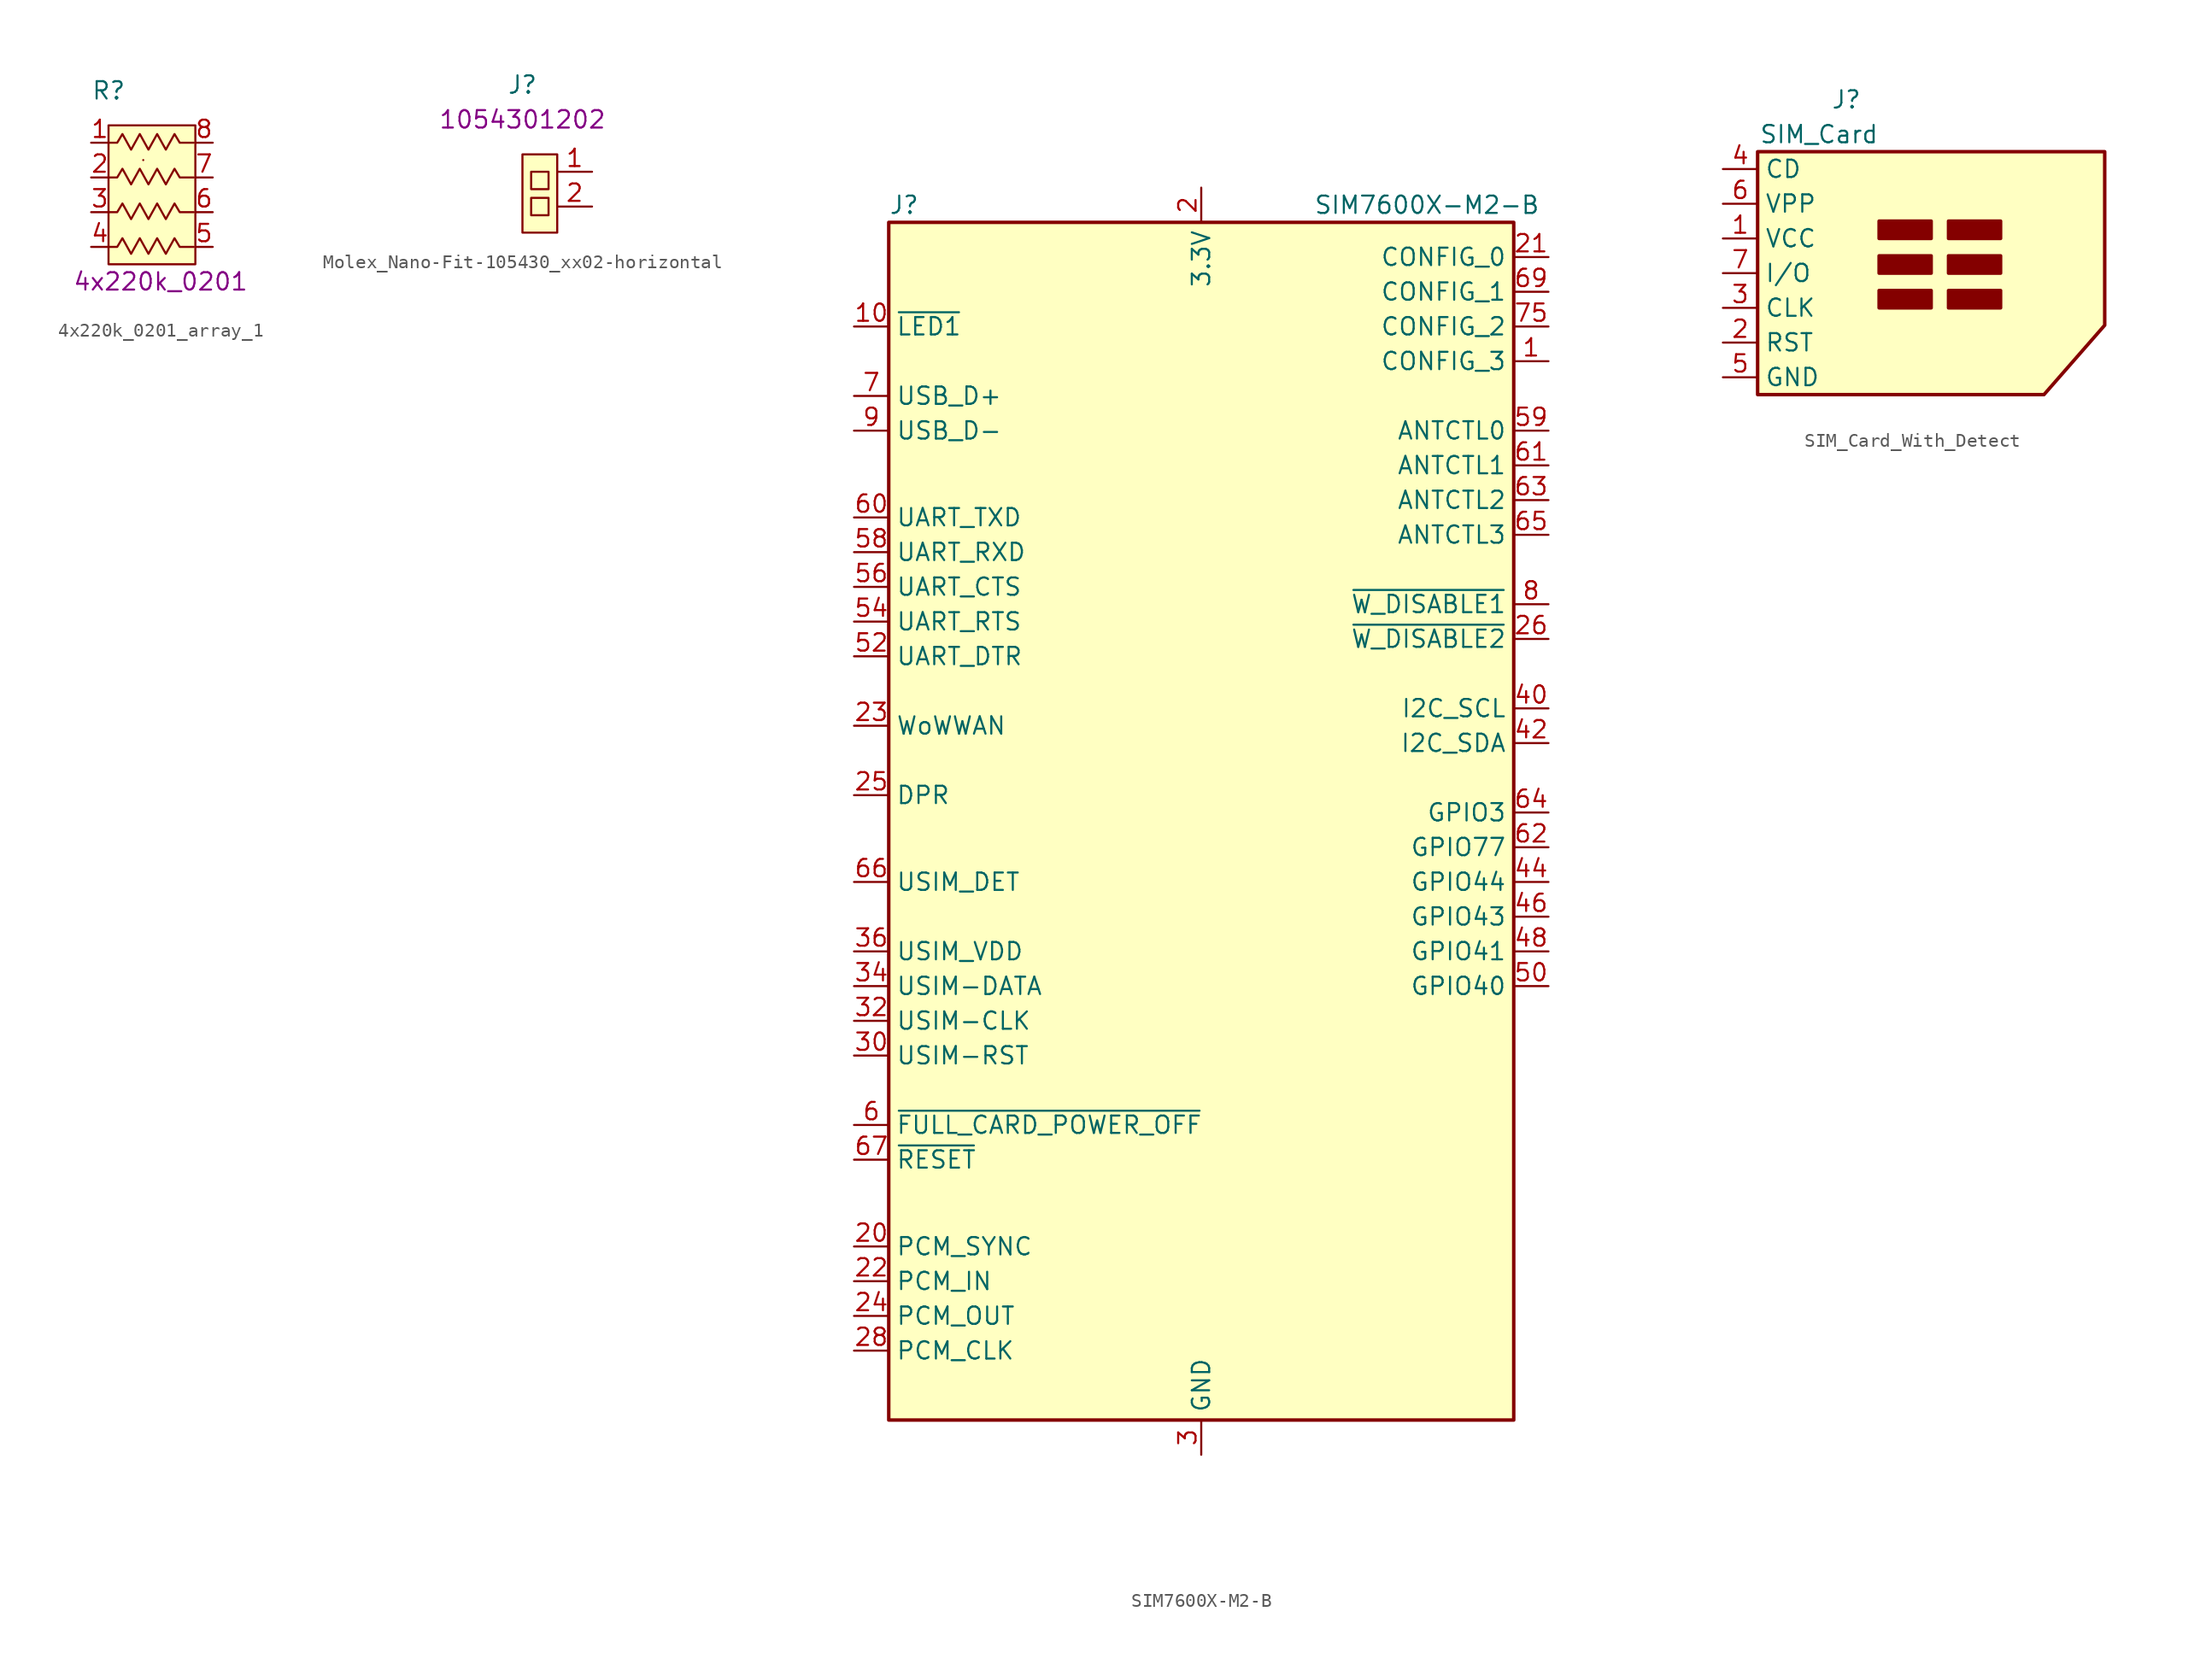
<source format=kicad_sym>
(kicad_symbol_lib
  (version 20220914)
  (generator kicad_symbol_editor)
  (symbol "4x220k_0201_array_1"
    (pin_names
      (offset 1.016))
    (property "Reference" "R"
      (at -5.08 13.97 0)
      (effects (font (size 1.27 1.27)) (justify left)))
    (property "Val" "4x220k_0201"
      (at 0 0 0)
      (effects (font (size 1.27 1.27))))
    (symbol "4x220k_0201_array_1_0_1"
      (rectangle (start -3.81 11.43) (end 2.54 1.27) (stroke (width 0) (type default)) (fill (type background)))
      (rectangle (start -1.27 8.89) (end -1.27 8.89) (stroke (width 0) (type default)) (fill (type none)))
      (polyline (pts (xy -3.81 7.62) (xy -3.175 7.62) (xy -2.794 8.255) (xy -2.159 7.112) (xy -1.524 8.255) (xy -0.889 7.112) (xy -0.254 8.255) (xy 0.381 7.112) (xy 1.016 8.255) (xy 1.397 7.62) (xy 2.413 7.62)) (stroke (width 0) (type default)) (fill (type none))))
    (symbol "4x220k_0201_array_1_1_1"
      (polyline (pts (xy -3.81 2.54) (xy -3.175 2.54) (xy -2.794 3.175) (xy -2.159 2.032) (xy -1.524 3.175) (xy -0.889 2.032) (xy -0.254 3.175) (xy 0.381 2.032) (xy 1.016 3.175) (xy 1.397 2.54) (xy 2.413 2.54)) (stroke (width 0) (type default)) (fill (type none)))
      (polyline (pts (xy -3.81 5.08) (xy -3.175 5.08) (xy -2.794 5.715) (xy -2.159 4.572) (xy -1.524 5.715) (xy -0.889 4.572) (xy -0.254 5.715) (xy 0.381 4.572) (xy 1.016 5.715) (xy 1.397 5.08) (xy 2.413 5.08)) (stroke (width 0) (type default)) (fill (type none)))
      (polyline (pts (xy -3.81 10.16) (xy -3.175 10.16) (xy -2.794 10.795) (xy -2.159 9.652) (xy -1.524 10.795) (xy -0.889 9.652) (xy -0.254 10.795) (xy 0.381 9.652) (xy 1.016 10.795) (xy 1.397 10.16) (xy 2.413 10.16)) (stroke (width 0) (type default)) (fill (type none)))
      (pin passive line (at -5.08 10.16 0) (length 1.27) (name "~" (effects (font (size 1.27 1.27)))) (number "1" (effects (font (size 1.27 1.27)))))
      (pin passive line (at -5.08 7.62 0) (length 1.27) (name "~" (effects (font (size 1.27 1.27)))) (number "2" (effects (font (size 1.27 1.27)))))
      (pin passive line (at -5.08 5.08 0) (length 1.27) (name "~" (effects (font (size 1.27 1.27)))) (number "3" (effects (font (size 1.27 1.27)))))
      (pin passive line (at -5.08 2.54 0) (length 1.27) (name "~" (effects (font (size 1.27 1.27)))) (number "4" (effects (font (size 1.27 1.27)))))
      (pin passive line (at 3.81 2.54 180) (length 1.27) (name "~" (effects (font (size 1.27 1.27)))) (number "5" (effects (font (size 1.27 1.27)))))
      (pin passive line (at 3.81 5.08 180) (length 1.27) (name "~" (effects (font (size 1.27 1.27)))) (number "6" (effects (font (size 1.27 1.27)))))
      (pin passive line (at 3.81 7.62 180) (length 1.27) (name "~" (effects (font (size 1.27 1.27)))) (number "7" (effects (font (size 1.27 1.27)))))
      (pin passive line (at 3.81 10.16 180) (length 1.27) (name "~" (effects (font (size 1.27 1.27)))) (number "8" (effects (font (size 1.27 1.27)))))))
  (symbol "Molex_Nano-Fit-105430_xx02-horizontal"
    (pin_names
      (offset 1.016))
    (property "Reference" "J"
      (at 0 5.08 0)
      (effects (font (size 1.27 1.27))))
    (property "VAL" "1054301202"
      (at 0 2.54 0)
      (effects (font (size 1.27 1.27))))
    (symbol "Molex_Nano-Fit-105430_xx02-horizontal_1_1"
      (rectangle (start 0 0) (end 2.54 -5.715) (stroke (width 0) (type default)) (fill (type background)))
      (rectangle (start 0.635 -3.175) (end 1.905 -4.445) (stroke (width 0) (type default)) (fill (type none)))
      (rectangle (start 0.635 -1.27) (end 1.905 -2.54) (stroke (width 0) (type default)) (fill (type none)))
      (pin input line (at 5.08 -1.27 180) (length 2.54) (name "~" (effects (font (size 1.27 1.27)))) (number "1" (effects (font (size 1.27 1.27)))))
      (pin input line (at 5.08 -3.81 180) (length 2.54) (name "~" (effects (font (size 1.27 1.27)))) (number "2" (effects (font (size 1.27 1.27)))))))
  (symbol "SIM7600X-M2-B"
    (property "Reference" "J"
      (at -22.86 46.99 0)
      (effects (font (size 1.27 1.27)) (justify left)))
    (property "Value" "SIM7600X-M2-B"
      (at 16.51 46.99 0)
      (effects (font (size 1.27 1.27))))
    (symbol "SIM7600X-M2-B_0_1"
      (rectangle (start -22.86 45.72) (end 22.86 -41.91) (stroke (width 0.254) (type default)) (fill (type background))))
    (symbol "SIM7600X-M2-B_1_1"
      (pin input line (at 25.4 35.56 180) (length 2.54) (name "CONFIG_3" (effects (font (size 1.27 1.27)))) (number "1" (effects (font (size 1.27 1.27)))))
      (pin bidirectional line (at -25.4 38.1 0) (length 2.54) (name "~{LED1}" (effects (font (size 1.27 1.27)))) (number "10" (effects (font (size 1.27 1.27)))))
      (pin passive line (at 0 -44.45 90) (length 2.54) hide (name "GND" (effects (font (size 1.27 1.27)))) (number "11" (effects (font (size 1.27 1.27)))))
      (pin power_in line (at 0 48.26 270) (length 2.54) (name "3.3V" (effects (font (size 1.27 1.27)))) (number "2" (effects (font (size 1.27 1.27)))))
      (pin output line (at -25.4 -29.21 0) (length 2.54) (name "PCM_SYNC" (effects (font (size 1.27 1.27)))) (number "20" (effects (font (size 1.27 1.27)))))
      (pin input line (at 25.4 43.18 180) (length 2.54) (name "CONFIG_0" (effects (font (size 1.27 1.27)))) (number "21" (effects (font (size 1.27 1.27)))))
      (pin input line (at -25.4 -31.75 0) (length 2.54) (name "PCM_IN" (effects (font (size 1.27 1.27)))) (number "22" (effects (font (size 1.27 1.27)))))
      (pin bidirectional line (at -25.4 8.89 0) (length 2.54) (name "WoWWAN" (effects (font (size 1.27 1.27)))) (number "23" (effects (font (size 1.27 1.27)))))
      (pin output line (at -25.4 -34.29 0) (length 2.54) (name "PCM_OUT" (effects (font (size 1.27 1.27)))) (number "24" (effects (font (size 1.27 1.27)))))
      (pin output line (at -25.4 3.81 0) (length 2.54) (name "DPR" (effects (font (size 1.27 1.27)))) (number "25" (effects (font (size 1.27 1.27)))))
      (pin bidirectional line (at 25.4 15.24 180) (length 2.54) (name "~{W_DISABLE2}" (effects (font (size 1.27 1.27)))) (number "26" (effects (font (size 1.27 1.27)))))
      (pin passive line (at 0 -44.45 90) (length 2.54) hide (name "GND" (effects (font (size 1.27 1.27)))) (number "27" (effects (font (size 1.27 1.27)))))
      (pin output line (at -25.4 -36.83 0) (length 2.54) (name "PCM_CLK" (effects (font (size 1.27 1.27)))) (number "28" (effects (font (size 1.27 1.27)))))
      (pin no_connect line (at 22.86 -41.91 180) (length 2.54) hide (name "NC" (effects (font (size 1.27 1.27)))) (number "29" (effects (font (size 1.27 1.27)))))
      (pin power_in line (at 0 -44.45 90) (length 2.54) (name "GND" (effects (font (size 1.27 1.27)))) (number "3" (effects (font (size 1.27 1.27)))))
      (pin input line (at -25.4 -15.24 0) (length 2.54) (name "USIM-RST" (effects (font (size 1.27 1.27)))) (number "30" (effects (font (size 1.27 1.27)))))
      (pin no_connect line (at 22.86 -39.37 180) (length 2.54) hide (name "NC" (effects (font (size 1.27 1.27)))) (number "31" (effects (font (size 1.27 1.27)))))
      (pin input line (at -25.4 -12.7 0) (length 2.54) (name "USIM-CLK" (effects (font (size 1.27 1.27)))) (number "32" (effects (font (size 1.27 1.27)))))
      (pin passive line (at 0 -44.45 90) (length 2.54) hide (name "GND" (effects (font (size 1.27 1.27)))) (number "33" (effects (font (size 1.27 1.27)))))
      (pin bidirectional line (at -25.4 -10.16 0) (length 2.54) (name "USIM-DATA" (effects (font (size 1.27 1.27)))) (number "34" (effects (font (size 1.27 1.27)))))
      (pin no_connect line (at 22.86 -36.83 180) (length 2.54) hide (name "NC" (effects (font (size 1.27 1.27)))) (number "35" (effects (font (size 1.27 1.27)))))
      (pin input line (at -25.4 -7.62 0) (length 2.54) (name "USIM_VDD" (effects (font (size 1.27 1.27)))) (number "36" (effects (font (size 1.27 1.27)))))
      (pin no_connect line (at 22.86 -34.29 180) (length 2.54) hide (name "NC" (effects (font (size 1.27 1.27)))) (number "37" (effects (font (size 1.27 1.27)))))
      (pin no_connect line (at 22.86 -13.97 180) (length 2.54) hide (name "NC" (effects (font (size 1.27 1.27)))) (number "38" (effects (font (size 1.27 1.27)))))
      (pin passive line (at 0 -44.45 90) (length 2.54) hide (name "GND" (effects (font (size 1.27 1.27)))) (number "39" (effects (font (size 1.27 1.27)))))
      (pin passive line (at 0 48.26 270) (length 2.54) hide (name "3.3V" (effects (font (size 1.27 1.27)))) (number "4" (effects (font (size 1.27 1.27)))))
      (pin bidirectional line (at 25.4 10.16 180) (length 2.54) (name "I2C_SCL" (effects (font (size 1.27 1.27)))) (number "40" (effects (font (size 1.27 1.27)))))
      (pin no_connect line (at 22.86 -31.75 180) (length 2.54) hide (name "NC" (effects (font (size 1.27 1.27)))) (number "41" (effects (font (size 1.27 1.27)))))
      (pin bidirectional line (at 25.4 7.62 180) (length 2.54) (name "I2C_SDA" (effects (font (size 1.27 1.27)))) (number "42" (effects (font (size 1.27 1.27)))))
      (pin no_connect line (at 22.86 -29.21 180) (length 2.54) hide (name "NC" (effects (font (size 1.27 1.27)))) (number "43" (effects (font (size 1.27 1.27)))))
      (pin bidirectional line (at 25.4 -2.54 180) (length 2.54) (name "GPIO44" (effects (font (size 1.27 1.27)))) (number "44" (effects (font (size 1.27 1.27)))))
      (pin passive line (at 0 -44.45 90) (length 2.54) hide (name "GND" (effects (font (size 1.27 1.27)))) (number "45" (effects (font (size 1.27 1.27)))))
      (pin bidirectional line (at 25.4 -5.08 180) (length 2.54) (name "GPIO43" (effects (font (size 1.27 1.27)))) (number "46" (effects (font (size 1.27 1.27)))))
      (pin no_connect line (at 22.86 -26.67 180) (length 2.54) hide (name "NC" (effects (font (size 1.27 1.27)))) (number "47" (effects (font (size 1.27 1.27)))))
      (pin bidirectional line (at 25.4 -7.62 180) (length 2.54) (name "GPIO41" (effects (font (size 1.27 1.27)))) (number "48" (effects (font (size 1.27 1.27)))))
      (pin no_connect line (at 22.86 -24.13 180) (length 2.54) hide (name "NC" (effects (font (size 1.27 1.27)))) (number "49" (effects (font (size 1.27 1.27)))))
      (pin passive line (at 0 -44.45 90) (length 2.54) hide (name "GND" (effects (font (size 1.27 1.27)))) (number "5" (effects (font (size 1.27 1.27)))))
      (pin bidirectional line (at 25.4 -10.16 180) (length 2.54) (name "GPIO40" (effects (font (size 1.27 1.27)))) (number "50" (effects (font (size 1.27 1.27)))))
      (pin passive line (at 0 -44.45 90) (length 2.54) hide (name "GND" (effects (font (size 1.27 1.27)))) (number "51" (effects (font (size 1.27 1.27)))))
      (pin input line (at -25.4 13.97 0) (length 2.54) (name "UART_DTR" (effects (font (size 1.27 1.27)))) (number "52" (effects (font (size 1.27 1.27)))))
      (pin no_connect line (at 22.86 -19.05 180) (length 2.54) hide (name "NC" (effects (font (size 1.27 1.27)))) (number "53" (effects (font (size 1.27 1.27)))))
      (pin input line (at -25.4 16.51 0) (length 2.54) (name "UART_RTS" (effects (font (size 1.27 1.27)))) (number "54" (effects (font (size 1.27 1.27)))))
      (pin no_connect line (at 22.86 -16.51 180) (length 2.54) hide (name "NC" (effects (font (size 1.27 1.27)))) (number "55" (effects (font (size 1.27 1.27)))))
      (pin output line (at -25.4 19.05 0) (length 2.54) (name "UART_CTS" (effects (font (size 1.27 1.27)))) (number "56" (effects (font (size 1.27 1.27)))))
      (pin passive line (at 0 -44.45 90) (length 2.54) hide (name "GND" (effects (font (size 1.27 1.27)))) (number "57" (effects (font (size 1.27 1.27)))))
      (pin input line (at -25.4 21.59 0) (length 2.54) (name "UART_RXD" (effects (font (size 1.27 1.27)))) (number "58" (effects (font (size 1.27 1.27)))))
      (pin output line (at 25.4 30.48 180) (length 2.54) (name "ANTCTL0" (effects (font (size 1.27 1.27)))) (number "59" (effects (font (size 1.27 1.27)))))
      (pin output line (at -25.4 -20.32 0) (length 2.54) (name "~{FULL_CARD_POWER_OFF}" (effects (font (size 1.27 1.27)))) (number "6" (effects (font (size 1.27 1.27)))))
      (pin output line (at -25.4 24.13 0) (length 2.54) (name "UART_TXD" (effects (font (size 1.27 1.27)))) (number "60" (effects (font (size 1.27 1.27)))))
      (pin output line (at 25.4 27.94 180) (length 2.54) (name "ANTCTL1" (effects (font (size 1.27 1.27)))) (number "61" (effects (font (size 1.27 1.27)))))
      (pin bidirectional line (at 25.4 0 180) (length 2.54) (name "GPIO77" (effects (font (size 1.27 1.27)))) (number "62" (effects (font (size 1.27 1.27)))))
      (pin output line (at 25.4 25.4 180) (length 2.54) (name "ANTCTL2" (effects (font (size 1.27 1.27)))) (number "63" (effects (font (size 1.27 1.27)))))
      (pin bidirectional line (at 25.4 2.54 180) (length 2.54) (name "GPIO3" (effects (font (size 1.27 1.27)))) (number "64" (effects (font (size 1.27 1.27)))))
      (pin output line (at 25.4 22.86 180) (length 2.54) (name "ANTCTL3" (effects (font (size 1.27 1.27)))) (number "65" (effects (font (size 1.27 1.27)))))
      (pin input line (at -25.4 -2.54 0) (length 2.54) (name "USIM_DET" (effects (font (size 1.27 1.27)))) (number "66" (effects (font (size 1.27 1.27)))))
      (pin input line (at -25.4 -22.86 0) (length 2.54) (name "~{RESET}" (effects (font (size 1.27 1.27)))) (number "67" (effects (font (size 1.27 1.27)))))
      (pin no_connect line (at 22.86 -21.59 180) (length 2.54) hide (name "NC" (effects (font (size 1.27 1.27)))) (number "68" (effects (font (size 1.27 1.27)))))
      (pin input line (at 25.4 40.64 180) (length 2.54) (name "CONFIG_1" (effects (font (size 1.27 1.27)))) (number "69" (effects (font (size 1.27 1.27)))))
      (pin bidirectional line (at -25.4 33.02 0) (length 2.54) (name "USB_D+" (effects (font (size 1.27 1.27)))) (number "7" (effects (font (size 1.27 1.27)))))
      (pin passive line (at 0 48.26 270) (length 2.54) hide (name "3.3V" (effects (font (size 1.27 1.27)))) (number "70" (effects (font (size 1.27 1.27)))))
      (pin passive line (at 0 -44.45 90) (length 2.54) hide (name "GND" (effects (font (size 1.27 1.27)))) (number "71" (effects (font (size 1.27 1.27)))))
      (pin passive line (at 0 48.26 270) (length 2.54) hide (name "3.3V" (effects (font (size 1.27 1.27)))) (number "72" (effects (font (size 1.27 1.27)))))
      (pin passive line (at 0 -44.45 90) (length 2.54) hide (name "GND" (effects (font (size 1.27 1.27)))) (number "73" (effects (font (size 1.27 1.27)))))
      (pin passive line (at 0 48.26 270) (length 2.54) hide (name "3.3V" (effects (font (size 1.27 1.27)))) (number "74" (effects (font (size 1.27 1.27)))))
      (pin input line (at 25.4 38.1 180) (length 2.54) (name "CONFIG_2" (effects (font (size 1.27 1.27)))) (number "75" (effects (font (size 1.27 1.27)))))
      (pin output line (at 25.4 17.78 180) (length 2.54) (name "~{W_DISABLE1}" (effects (font (size 1.27 1.27)))) (number "8" (effects (font (size 1.27 1.27)))))
      (pin bidirectional line (at -25.4 30.48 0) (length 2.54) (name "USB_D-" (effects (font (size 1.27 1.27)))) (number "9" (effects (font (size 1.27 1.27)))))))
  (symbol "SIM_Card_With_Detect"
    (property "Reference" "J"
      (at -2.54 12.7 0)
      (effects (font (size 1.27 1.27)) (justify right)))
    (property "Value" "SIM_Card"
      (at -1.27 10.16 0)
      (effects (font (size 1.27 1.27)) (justify right)))
    (symbol "SIM_Card_With_Detect_0_1"
      (rectangle (start -1.27 -2.54) (end 2.54 -1.27) (stroke (width 0.254) (type default)) (fill (type outline)))
      (rectangle (start -1.27 0) (end 2.54 1.27) (stroke (width 0.254) (type default)) (fill (type outline)))
      (rectangle (start -1.27 2.54) (end 2.54 3.81) (stroke (width 0.254) (type default)) (fill (type outline)))
      (polyline (pts (xy -10.16 8.89) (xy 15.24 8.89) (xy 15.24 -3.81) (xy 10.795 -8.89) (xy -10.16 -8.89) (xy -10.16 8.89)) (stroke (width 0.254) (type default)) (fill (type background)))
      (rectangle (start 3.81 -1.27) (end 7.62 -2.54) (stroke (width 0.254) (type default)) (fill (type outline)))
      (rectangle (start 3.81 0) (end 7.62 1.27) (stroke (width 0.254) (type default)) (fill (type outline)))
      (rectangle (start 3.81 2.54) (end 7.62 3.81) (stroke (width 0.254) (type default)) (fill (type outline))))
    (symbol "SIM_Card_With_Detect_1_1"
      (pin power_in line (at -12.7 2.54 0) (length 2.54) (name "VCC" (effects (font (size 1.27 1.27)))) (number "1" (effects (font (size 1.27 1.27)))))
      (pin input line (at -12.7 -5.08 0) (length 2.54) (name "RST" (effects (font (size 1.27 1.27)))) (number "2" (effects (font (size 1.27 1.27)))))
      (pin input line (at -12.7 -2.54 0) (length 2.54) (name "CLK" (effects (font (size 1.27 1.27)))) (number "3" (effects (font (size 1.27 1.27)))))
      (pin bidirectional line (at -12.7 7.62 0) (length 2.54) (name "CD" (effects (font (size 1.27 1.27)))) (number "4" (effects (font (size 1.27 1.27)))))
      (pin power_in line (at -12.7 -7.62 0) (length 2.54) (name "GND" (effects (font (size 1.27 1.27)))) (number "5" (effects (font (size 1.27 1.27)))))
      (pin input line (at -12.7 5.08 0) (length 2.54) (name "VPP" (effects (font (size 1.27 1.27)))) (number "6" (effects (font (size 1.27 1.27)))))
      (pin bidirectional line (at -12.7 0 0) (length 2.54) (name "I/O" (effects (font (size 1.27 1.27)))) (number "7" (effects (font (size 1.27 1.27))))))))
</source>
